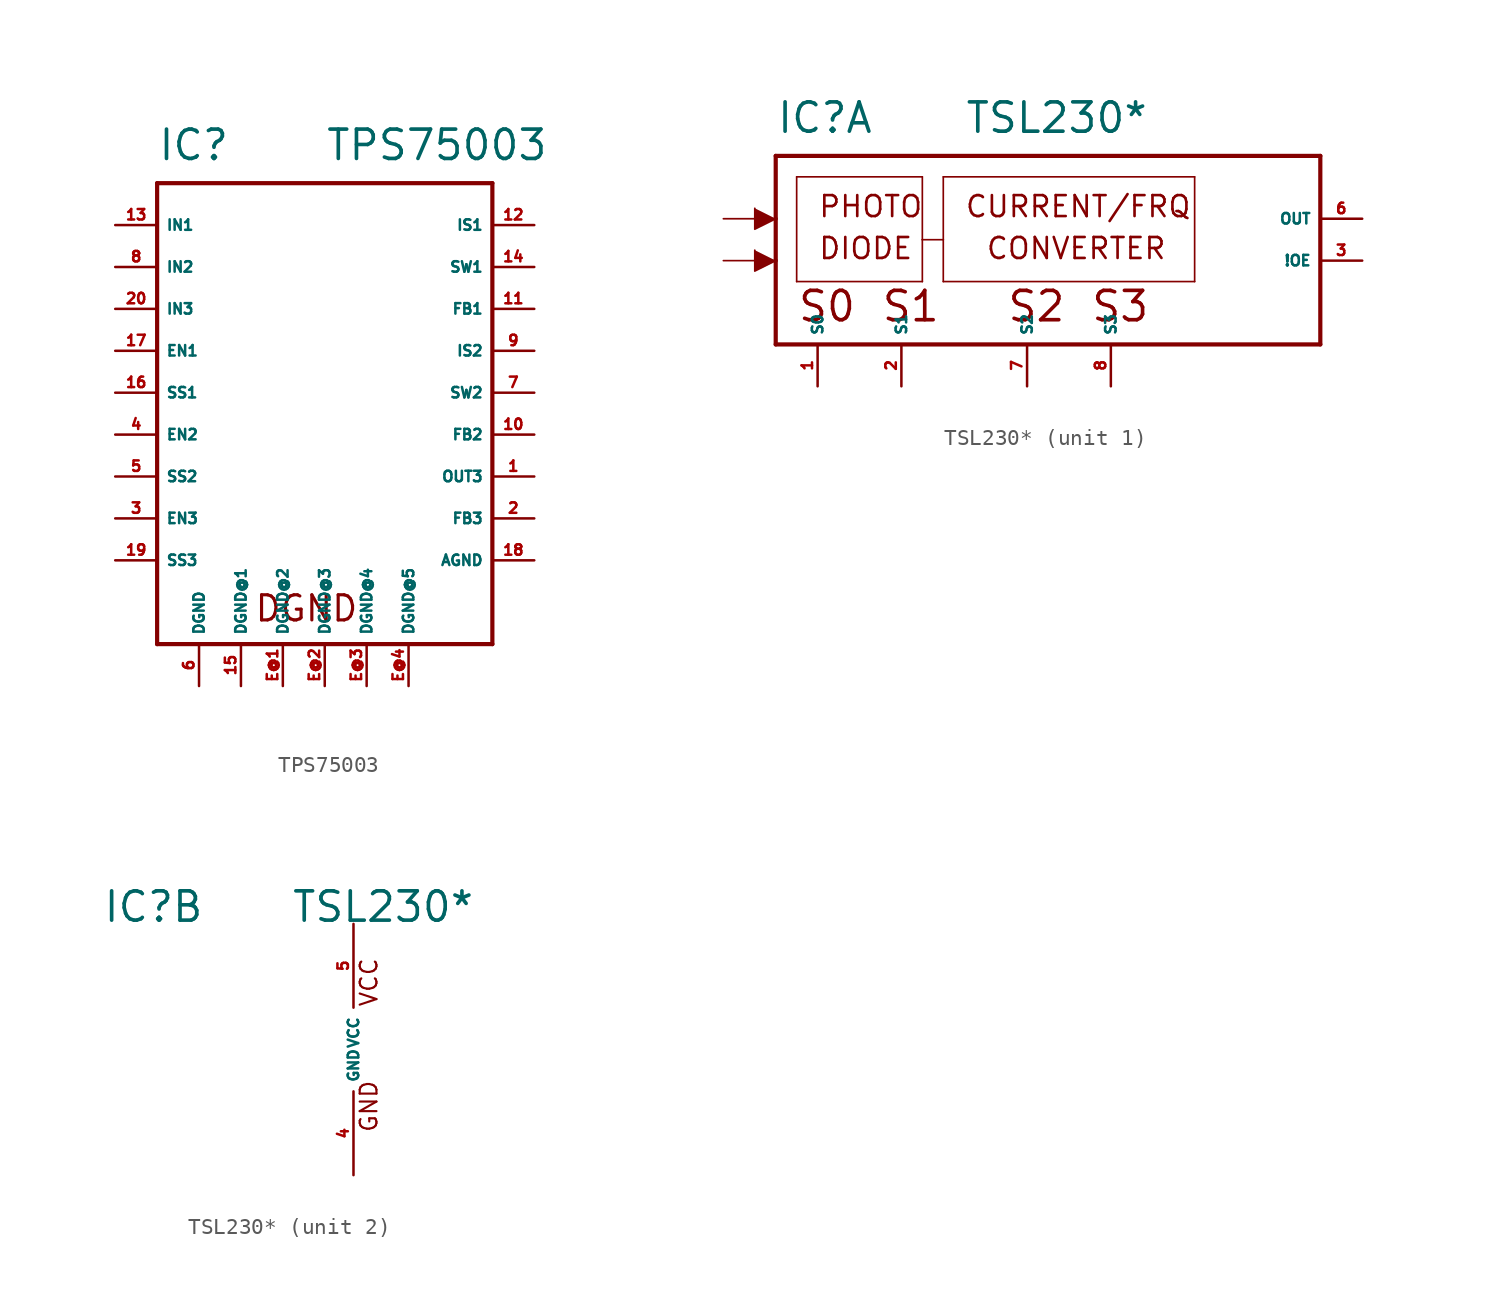
<source format=kicad_sym>
(kicad_symbol_lib
  (version 20220914)
  (generator Eagle2Kicad)
  (symbol "TPS75003"
    (property "Reference" "IC"
      (at -10.16 13.97 0)
      (effects (font (size 1.778 1.778) (thickness 0.22)) (justify left bottom)))
    (property "Value" "TPS75003"
      (at 0 13.97 0)
      (effects (font (size 1.778 1.778) (thickness 0.22)) (justify left bottom)))
    (polyline
      (pts (xy -10.16 12.7) (xy 10.16 12.7))
      (stroke (width 0.254) (type default))
      (fill (type none)))
    (polyline
      (pts (xy 10.16 12.7) (xy 10.16 -15.24))
      (stroke (width 0.254) (type default))
      (fill (type none)))
    (polyline
      (pts (xy 10.16 -15.24) (xy -10.16 -15.24))
      (stroke (width 0.254) (type default))
      (fill (type none)))
    (polyline
      (pts (xy -10.16 -15.24) (xy -10.16 12.7))
      (stroke (width 0.254) (type default))
      (fill (type none)))
    (text "DGND"
      (at -4.318 -13.97 0)
      (effects (font (size 1.524 1.524) (thickness 0.19)) (justify left bottom)))
    (pin input line
      (at -12.7 10.16 0)
      (length 2.54)
      (name "IN1" (effects (font (size 0.635 0.635) (thickness 0.08)) (justify left bottom)))
      (number "13" (effects (font (size 0.635 0.635) (thickness 0.08)) (justify left bottom))))
    (pin input line
      (at -12.7 7.62 0)
      (length 2.54)
      (name "IN2" (effects (font (size 0.635 0.635) (thickness 0.08)) (justify left bottom)))
      (number "8" (effects (font (size 0.635 0.635) (thickness 0.08)) (justify left bottom))))
    (pin input line
      (at -12.7 5.08 0)
      (length 2.54)
      (name "IN3" (effects (font (size 0.635 0.635) (thickness 0.08)) (justify left bottom)))
      (number "20" (effects (font (size 0.635 0.635) (thickness 0.08)) (justify left bottom))))
    (pin input line
      (at -12.7 2.54 0)
      (length 2.54)
      (name "EN1" (effects (font (size 0.635 0.635) (thickness 0.08)) (justify left bottom)))
      (number "17" (effects (font (size 0.635 0.635) (thickness 0.08)) (justify left bottom))))
    (pin input line
      (at -12.7 -2.54 0)
      (length 2.54)
      (name "EN2" (effects (font (size 0.635 0.635) (thickness 0.08)) (justify left bottom)))
      (number "4" (effects (font (size 0.635 0.635) (thickness 0.08)) (justify left bottom))))
    (pin input line
      (at -12.7 -7.62 0)
      (length 2.54)
      (name "EN3" (effects (font (size 0.635 0.635) (thickness 0.08)) (justify left bottom)))
      (number "3" (effects (font (size 0.635 0.635) (thickness 0.08)) (justify left bottom))))
    (pin input line
      (at -12.7 0 0)
      (length 2.54)
      (name "SS1" (effects (font (size 0.635 0.635) (thickness 0.08)) (justify left bottom)))
      (number "16" (effects (font (size 0.635 0.635) (thickness 0.08)) (justify left bottom))))
    (pin input line
      (at -12.7 -5.08 0)
      (length 2.54)
      (name "SS2" (effects (font (size 0.635 0.635) (thickness 0.08)) (justify left bottom)))
      (number "5" (effects (font (size 0.635 0.635) (thickness 0.08)) (justify left bottom))))
    (pin input line
      (at -12.7 -10.16 0)
      (length 2.54)
      (name "SS3" (effects (font (size 0.635 0.635) (thickness 0.08)) (justify left bottom)))
      (number "19" (effects (font (size 0.635 0.635) (thickness 0.08)) (justify left bottom))))
    (pin unspecified line
      (at -7.62 -17.78 90)
      (length 2.54)
      (name "DGND" (effects (font (size 0.635 0.635) (thickness 0.08)) (justify left bottom)))
      (number "6" (effects (font (size 0.635 0.635) (thickness 0.08)) (justify left bottom))))
    (pin unspecified line
      (at -5.08 -17.78 90)
      (length 2.54)
      (name "DGND@1" (effects (font (size 0.635 0.635) (thickness 0.08)) (justify left bottom)))
      (number "15" (effects (font (size 0.635 0.635) (thickness 0.08)) (justify left bottom))))
    (pin unspecified line
      (at -2.54 -17.78 90)
      (length 2.54)
      (name "DGND@2" (effects (font (size 0.635 0.635) (thickness 0.08)) (justify left bottom)))
      (number "E@1" (effects (font (size 0.635 0.635) (thickness 0.08)) (justify left bottom))))
    (pin unspecified line
      (at 12.7 -10.16 180)
      (length 2.54)
      (name "AGND" (effects (font (size 0.635 0.635) (thickness 0.08)) (justify left bottom)))
      (number "18" (effects (font (size 0.635 0.635) (thickness 0.08)) (justify left bottom))))
    (pin input line
      (at 12.7 10.16 180)
      (length 2.54)
      (name "IS1" (effects (font (size 0.635 0.635) (thickness 0.08)) (justify left bottom)))
      (number "12" (effects (font (size 0.635 0.635) (thickness 0.08)) (justify left bottom))))
    (pin input line
      (at 12.7 2.54 180)
      (length 2.54)
      (name "IS2" (effects (font (size 0.635 0.635) (thickness 0.08)) (justify left bottom)))
      (number "9" (effects (font (size 0.635 0.635) (thickness 0.08)) (justify left bottom))))
    (pin input line
      (at 12.7 7.62 180)
      (length 2.54)
      (name "SW1" (effects (font (size 0.635 0.635) (thickness 0.08)) (justify left bottom)))
      (number "14" (effects (font (size 0.635 0.635) (thickness 0.08)) (justify left bottom))))
    (pin input line
      (at 12.7 0 180)
      (length 2.54)
      (name "SW2" (effects (font (size 0.635 0.635) (thickness 0.08)) (justify left bottom)))
      (number "7" (effects (font (size 0.635 0.635) (thickness 0.08)) (justify left bottom))))
    (pin input line
      (at 12.7 5.08 180)
      (length 2.54)
      (name "FB1" (effects (font (size 0.635 0.635) (thickness 0.08)) (justify left bottom)))
      (number "11" (effects (font (size 0.635 0.635) (thickness 0.08)) (justify left bottom))))
    (pin input line
      (at 12.7 -2.54 180)
      (length 2.54)
      (name "FB2" (effects (font (size 0.635 0.635) (thickness 0.08)) (justify left bottom)))
      (number "10" (effects (font (size 0.635 0.635) (thickness 0.08)) (justify left bottom))))
    (pin input line
      (at 12.7 -7.62 180)
      (length 2.54)
      (name "FB3" (effects (font (size 0.635 0.635) (thickness 0.08)) (justify left bottom)))
      (number "2" (effects (font (size 0.635 0.635) (thickness 0.08)) (justify left bottom))))
    (pin output line
      (at 12.7 -5.08 180)
      (length 2.54)
      (name "OUT3" (effects (font (size 0.635 0.635) (thickness 0.08)) (justify left bottom)))
      (number "1" (effects (font (size 0.635 0.635) (thickness 0.08)) (justify left bottom))))
    (pin unspecified line
      (at 0 -17.78 90)
      (length 2.54)
      (name "DGND@3" (effects (font (size 0.635 0.635) (thickness 0.08)) (justify left bottom)))
      (number "E@2" (effects (font (size 0.635 0.635) (thickness 0.08)) (justify left bottom))))
    (pin unspecified line
      (at 2.54 -17.78 90)
      (length 2.54)
      (name "DGND@4" (effects (font (size 0.635 0.635) (thickness 0.08)) (justify left bottom)))
      (number "E@3" (effects (font (size 0.635 0.635) (thickness 0.08)) (justify left bottom))))
    (pin unspecified line
      (at 5.08 -17.78 90)
      (length 2.54)
      (name "DGND@5" (effects (font (size 0.635 0.635) (thickness 0.08)) (justify left bottom)))
      (number "E@4" (effects (font (size 0.635 0.635) (thickness 0.08)) (justify left bottom)))))
  (symbol "TSL230*"
    (property "Reference" "IC"
      (at -15.24 7.62 0)
      (effects (font (size 1.778 1.778) (thickness 0.22)) (justify left bottom)))
    (property "Value" "TSL230*"
      (at -3.81 7.62 0)
      (effects (font (size 1.778 1.778) (thickness 0.22)) (justify left bottom)))
    (symbol "TSL230*_1_0"
      (polyline (pts (xy -16.51 3.175) (xy -16.51 1.905) (xy -15.24 2.54)) (stroke (width 0.102) (type default)) (fill (type outline)))
      (polyline (pts (xy -16.51 0.635) (xy -16.51 -0.635) (xy -15.24 0)) (stroke (width 0.102) (type default)) (fill (type outline)))
      (polyline (pts (xy -15.24 6.35) (xy -15.24 2.54)) (stroke (width 0.254) (type default)) (fill (type none)))
      (polyline (pts (xy -15.24 2.54) (xy -15.24 0)) (stroke (width 0.254) (type default)) (fill (type none)))
      (polyline (pts (xy -15.24 0) (xy -15.24 -5.08)) (stroke (width 0.254) (type default)) (fill (type none)))
      (polyline (pts (xy -15.24 -5.08) (xy 17.78 -5.08)) (stroke (width 0.254) (type default)) (fill (type none)))
      (polyline (pts (xy 17.78 -5.08) (xy 17.78 6.35)) (stroke (width 0.254) (type default)) (fill (type none)))
      (polyline (pts (xy 17.78 6.35) (xy -15.24 6.35)) (stroke (width 0.254) (type default)) (fill (type none)))
      (polyline (pts (xy -13.97 5.08) (xy -13.97 -1.27)) (stroke (width 0.102) (type default)) (fill (type none)))
      (polyline (pts (xy -13.97 -1.27) (xy -6.35 -1.27)) (stroke (width 0.102) (type default)) (fill (type none)))
      (polyline (pts (xy -6.35 -1.27) (xy -6.35 1.27)) (stroke (width 0.102) (type default)) (fill (type none)))
      (polyline (pts (xy -6.35 1.27) (xy -6.35 5.08)) (stroke (width 0.102) (type default)) (fill (type none)))
      (polyline (pts (xy -6.35 5.08) (xy -13.97 5.08)) (stroke (width 0.102) (type default)) (fill (type none)))
      (polyline (pts (xy -5.08 5.08) (xy -5.08 1.27)) (stroke (width 0.102) (type default)) (fill (type none)))
      (polyline (pts (xy -5.08 1.27) (xy -5.08 -1.27)) (stroke (width 0.102) (type default)) (fill (type none)))
      (polyline (pts (xy -5.08 -1.27) (xy 10.16 -1.27)) (stroke (width 0.102) (type default)) (fill (type none)))
      (polyline (pts (xy 10.16 -1.27) (xy 10.16 5.08)) (stroke (width 0.102) (type default)) (fill (type none)))
      (polyline (pts (xy 10.16 5.08) (xy -5.08 5.08)) (stroke (width 0.102) (type default)) (fill (type none)))
      (polyline (pts (xy -18.415 2.54) (xy -15.24 2.54)) (stroke (width 0.102) (type default)) (fill (type none)))
      (polyline (pts (xy -18.415 0) (xy -15.24 0)) (stroke (width 0.102) (type default)) (fill (type none)))
      (polyline (pts (xy -6.35 1.27) (xy -5.08 1.27)) (stroke (width 0.102) (type default)) (fill (type none)))
      (text "DIODE" (at -12.7 0 0) (effects (font (size 1.27 1.27) (thickness 0.16)) (justify left bottom)))
      (text "PHOTO" (at -12.7 2.54 0) (effects (font (size 1.27 1.27) (thickness 0.16)) (justify left bottom)))
      (text "CURRENT/FRQ" (at -3.81 2.54 0) (effects (font (size 1.27 1.27) (thickness 0.16)) (justify left bottom)))
      (text "CONVERTER" (at -2.54 0 0) (effects (font (size 1.27 1.27) (thickness 0.16)) (justify left bottom)))
      (text "S0" (at -13.97 -3.81 0) (effects (font (size 1.778 1.778) (thickness 0.22)) (justify left bottom)))
      (text "S1" (at -8.89 -3.81 0) (effects (font (size 1.778 1.778) (thickness 0.22)) (justify left bottom)))
      (text "S2" (at -1.27 -3.81 0) (effects (font (size 1.778 1.778) (thickness 0.22)) (justify left bottom)))
      (text "S3" (at 3.81 -3.81 0) (effects (font (size 1.778 1.778) (thickness 0.22)) (justify left bottom)))
      (pin input line (at -12.7 -7.62 90) (length 2.54) (name "S0" (effects (font (size 0.635 0.635) (thickness 0.08)) (justify left bottom))) (number "1" (effects (font (size 0.635 0.635) (thickness 0.08)) (justify left bottom))))
      (pin input line (at -7.62 -7.62 90) (length 2.54) (name "S1" (effects (font (size 0.635 0.635) (thickness 0.08)) (justify left bottom))) (number "2" (effects (font (size 0.635 0.635) (thickness 0.08)) (justify left bottom))))
      (pin input line (at 0 -7.62 90) (length 2.54) (name "S2" (effects (font (size 0.635 0.635) (thickness 0.08)) (justify left bottom))) (number "7" (effects (font (size 0.635 0.635) (thickness 0.08)) (justify left bottom))))
      (pin input line (at 5.08 -7.62 90) (length 2.54) (name "S3" (effects (font (size 0.635 0.635) (thickness 0.08)) (justify left bottom))) (number "8" (effects (font (size 0.635 0.635) (thickness 0.08)) (justify left bottom))))
      (pin input line (at 20.32 0 180) (length 2.54) (name "!OE" (effects (font (size 0.635 0.635) (thickness 0.08)) (justify left bottom))) (number "3" (effects (font (size 0.635 0.635) (thickness 0.08)) (justify left bottom))))
      (pin output line (at 20.32 2.54 180) (length 2.54) (name "OUT" (effects (font (size 0.635 0.635) (thickness 0.08)) (justify left bottom))) (number "6" (effects (font (size 0.635 0.635) (thickness 0.08)) (justify left bottom)))))
    (symbol "TSL230*_2_0"
      (text "GND" (at 1.524 -5.08 900) (effects (font (size 1.016 1.016) (thickness 0.13)) (justify left bottom)))
      (text "VCC" (at 1.524 2.54 900) (effects (font (size 1.016 1.016) (thickness 0.13)) (justify left bottom)))
      (pin unspecified line (at 0 7.62 270) (length 5.08) (name "VCC" (effects (font (size 0.635 0.635) (thickness 0.08)) (justify left bottom))) (number "5" (effects (font (size 0.635 0.635) (thickness 0.08)) (justify left bottom))))
      (pin unspecified line (at 0 -7.62 90) (length 5.08) (name "GND" (effects (font (size 0.635 0.635) (thickness 0.08)) (justify left bottom))) (number "4" (effects (font (size 0.635 0.635) (thickness 0.08)) (justify left bottom)))))))
</source>
